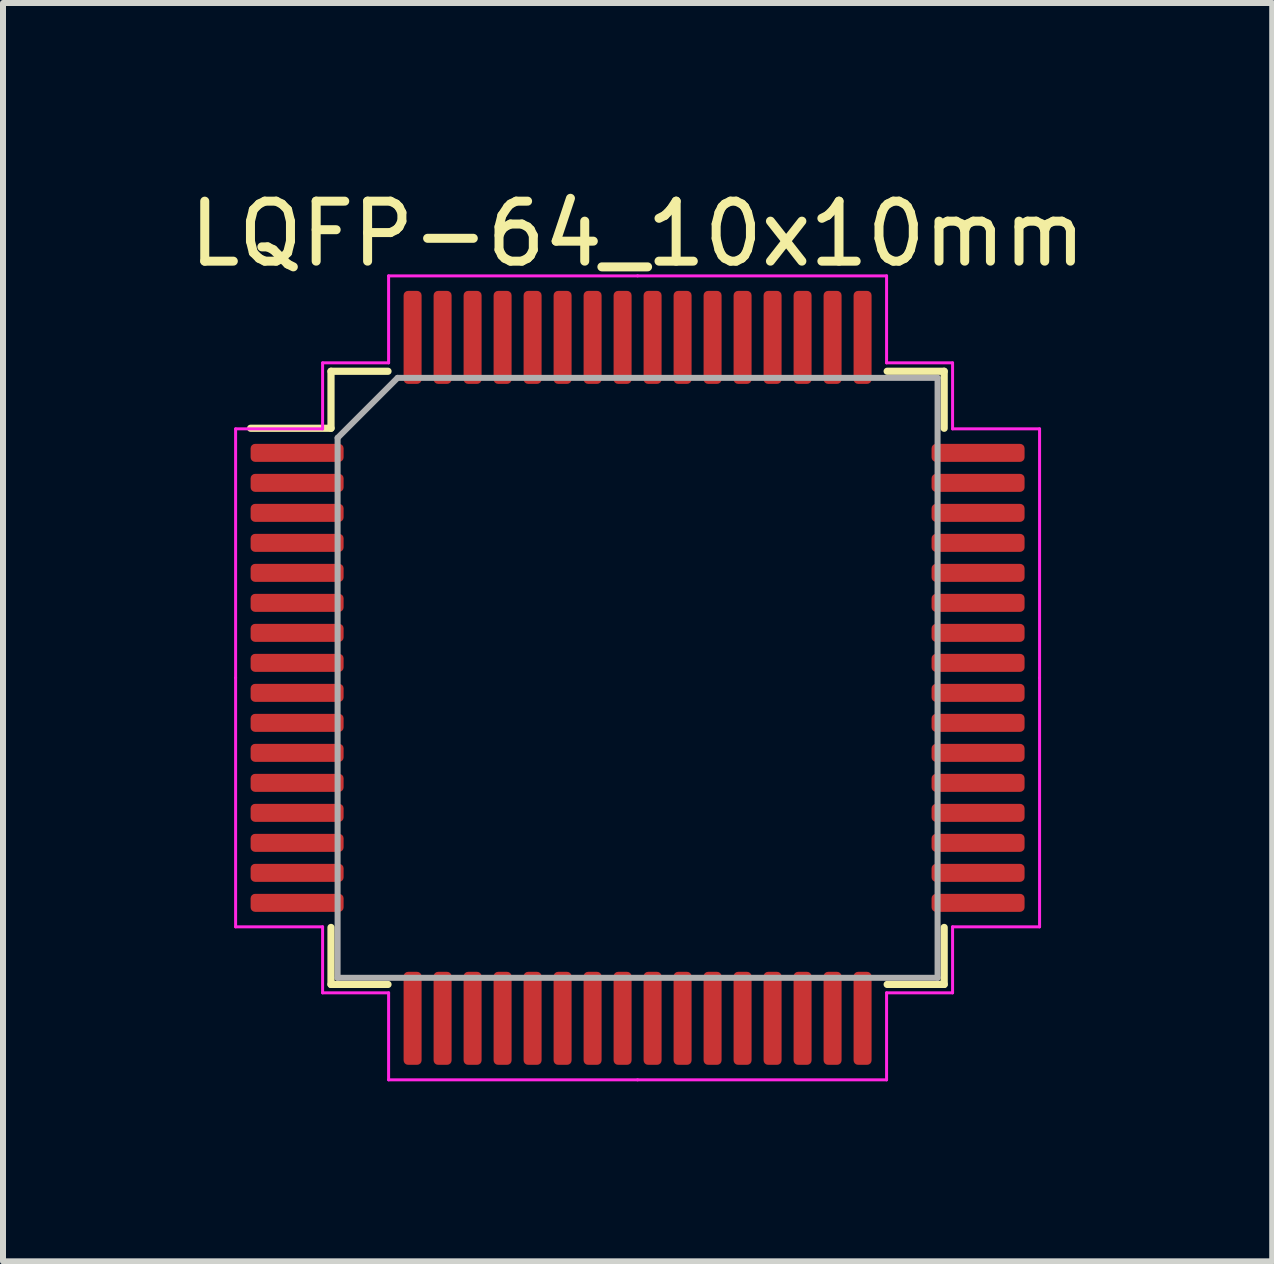
<source format=kicad_pcb>
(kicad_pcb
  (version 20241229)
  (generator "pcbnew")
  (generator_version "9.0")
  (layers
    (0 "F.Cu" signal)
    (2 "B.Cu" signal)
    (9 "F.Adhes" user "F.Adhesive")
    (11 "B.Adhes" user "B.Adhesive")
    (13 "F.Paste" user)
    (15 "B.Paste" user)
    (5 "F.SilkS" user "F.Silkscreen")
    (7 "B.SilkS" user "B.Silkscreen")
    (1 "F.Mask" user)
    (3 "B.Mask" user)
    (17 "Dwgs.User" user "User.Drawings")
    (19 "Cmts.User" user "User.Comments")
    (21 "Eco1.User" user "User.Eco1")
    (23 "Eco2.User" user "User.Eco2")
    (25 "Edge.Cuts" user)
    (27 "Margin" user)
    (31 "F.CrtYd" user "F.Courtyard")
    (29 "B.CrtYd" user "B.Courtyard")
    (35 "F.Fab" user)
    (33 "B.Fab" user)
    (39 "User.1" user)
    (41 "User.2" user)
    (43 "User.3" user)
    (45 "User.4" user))
  (footprint "LQFP-64_10x10mm"
    (layer "F.Cu")
    (at 7.577 8.248)
    (property "Reference" "LQFP-64_10x10mm" (at 0 -7.4 0) (layer "F.SilkS") (effects (font (size 1 1) (thickness 0.15))))
    (attr smd)
    (fp_line (start -5.11 -5.11) (end -5.11 -4.16) (stroke (width 0.12) (type solid)) (layer "F.SilkS"))
    (fp_line (start -5.11 -4.16) (end -6.45 -4.16) (stroke (width 0.12) (type solid)) (layer "F.SilkS"))
    (fp_line (start -5.11 5.11) (end -5.11 4.16) (stroke (width 0.12) (type solid)) (layer "F.SilkS"))
    (fp_line (start -4.16 -5.11) (end -5.11 -5.11) (stroke (width 0.12) (type solid)) (layer "F.SilkS"))
    (fp_line (start -4.16 5.11) (end -5.11 5.11) (stroke (width 0.12) (type solid)) (layer "F.SilkS"))
    (fp_line (start 4.16 -5.11) (end 5.11 -5.11) (stroke (width 0.12) (type solid)) (layer "F.SilkS"))
    (fp_line (start 4.16 5.11) (end 5.11 5.11) (stroke (width 0.12) (type solid)) (layer "F.SilkS"))
    (fp_line (start 5.11 -5.11) (end 5.11 -4.16) (stroke (width 0.12) (type solid)) (layer "F.SilkS"))
    (fp_line (start 5.11 5.11) (end 5.11 4.16) (stroke (width 0.12) (type solid)) (layer "F.SilkS"))
    (fp_line (start -6.7 -4.15) (end -6.7 0) (stroke (width 0.05) (type solid)) (layer "F.CrtYd"))
    (fp_line (start -6.7 4.15) (end -6.7 0) (stroke (width 0.05) (type solid)) (layer "F.CrtYd"))
    (fp_line (start -5.25 -5.25) (end -5.25 -4.15) (stroke (width 0.05) (type solid)) (layer "F.CrtYd"))
    (fp_line (start -5.25 -4.15) (end -6.7 -4.15) (stroke (width 0.05) (type solid)) (layer "F.CrtYd"))
    (fp_line (start -5.25 4.15) (end -6.7 4.15) (stroke (width 0.05) (type solid)) (layer "F.CrtYd"))
    (fp_line (start -5.25 5.25) (end -5.25 4.15) (stroke (width 0.05) (type solid)) (layer "F.CrtYd"))
    (fp_line (start -4.15 -6.7) (end -4.15 -5.25) (stroke (width 0.05) (type solid)) (layer "F.CrtYd"))
    (fp_line (start -4.15 -5.25) (end -5.25 -5.25) (stroke (width 0.05) (type solid)) (layer "F.CrtYd"))
    (fp_line (start -4.15 5.25) (end -5.25 5.25) (stroke (width 0.05) (type solid)) (layer "F.CrtYd"))
    (fp_line (start -4.15 6.7) (end -4.15 5.25) (stroke (width 0.05) (type solid)) (layer "F.CrtYd"))
    (fp_line (start 0 -6.7) (end -4.15 -6.7) (stroke (width 0.05) (type solid)) (layer "F.CrtYd"))
    (fp_line (start 0 -6.7) (end 4.15 -6.7) (stroke (width 0.05) (type solid)) (layer "F.CrtYd"))
    (fp_line (start 0 6.7) (end -4.15 6.7) (stroke (width 0.05) (type solid)) (layer "F.CrtYd"))
    (fp_line (start 0 6.7) (end 4.15 6.7) (stroke (width 0.05) (type solid)) (layer "F.CrtYd"))
    (fp_line (start 4.15 -6.7) (end 4.15 -5.25) (stroke (width 0.05) (type solid)) (layer "F.CrtYd"))
    (fp_line (start 4.15 -5.25) (end 5.25 -5.25) (stroke (width 0.05) (type solid)) (layer "F.CrtYd"))
    (fp_line (start 4.15 5.25) (end 5.25 5.25) (stroke (width 0.05) (type solid)) (layer "F.CrtYd"))
    (fp_line (start 4.15 6.7) (end 4.15 5.25) (stroke (width 0.05) (type solid)) (layer "F.CrtYd"))
    (fp_line (start 5.25 -5.25) (end 5.25 -4.15) (stroke (width 0.05) (type solid)) (layer "F.CrtYd"))
    (fp_line (start 5.25 -4.15) (end 6.7 -4.15) (stroke (width 0.05) (type solid)) (layer "F.CrtYd"))
    (fp_line (start 5.25 4.15) (end 6.7 4.15) (stroke (width 0.05) (type solid)) (layer "F.CrtYd"))
    (fp_line (start 5.25 5.25) (end 5.25 4.15) (stroke (width 0.05) (type solid)) (layer "F.CrtYd"))
    (fp_line (start 6.7 -4.15) (end 6.7 0) (stroke (width 0.05) (type solid)) (layer "F.CrtYd"))
    (fp_line (start 6.7 4.15) (end 6.7 0) (stroke (width 0.05) (type solid)) (layer "F.CrtYd"))
    (fp_line (start -5 -4) (end -4 -5) (stroke (width 0.1) (type solid)) (layer "F.Fab"))
    (fp_line (start -5 5) (end -5 -4) (stroke (width 0.1) (type solid)) (layer "F.Fab"))
    (fp_line (start -4 -5) (end 5 -5) (stroke (width 0.1) (type solid)) (layer "F.Fab"))
    (fp_line (start 5 -5) (end 5 5) (stroke (width 0.1) (type solid)) (layer "F.Fab"))
    (fp_line (start 5 5) (end -5 5) (stroke (width 0.1) (type solid)) (layer "F.Fab"))
    (pad "1" smd roundrect (at -5.675 -3.75) (size 1.55 0.3) (layers "F.Cu" "F.Mask" "F.Paste") (roundrect_rratio 0.25))
    (pad "2" smd roundrect (at -5.675 -3.25) (size 1.55 0.3) (layers "F.Cu" "F.Mask" "F.Paste") (roundrect_rratio 0.25))
    (pad "3" smd roundrect (at -5.675 -2.75) (size 1.55 0.3) (layers "F.Cu" "F.Mask" "F.Paste") (roundrect_rratio 0.25))
    (pad "4" smd roundrect (at -5.675 -2.25) (size 1.55 0.3) (layers "F.Cu" "F.Mask" "F.Paste") (roundrect_rratio 0.25))
    (pad "5" smd roundrect (at -5.675 -1.75) (size 1.55 0.3) (layers "F.Cu" "F.Mask" "F.Paste") (roundrect_rratio 0.25))
    (pad "6" smd roundrect (at -5.675 -1.25) (size 1.55 0.3) (layers "F.Cu" "F.Mask" "F.Paste") (roundrect_rratio 0.25))
    (pad "7" smd roundrect (at -5.675 -0.75) (size 1.55 0.3) (layers "F.Cu" "F.Mask" "F.Paste") (roundrect_rratio 0.25))
    (pad "8" smd roundrect (at -5.675 -0.25) (size 1.55 0.3) (layers "F.Cu" "F.Mask" "F.Paste") (roundrect_rratio 0.25))
    (pad "9" smd roundrect (at -5.675 0.25) (size 1.55 0.3) (layers "F.Cu" "F.Mask" "F.Paste") (roundrect_rratio 0.25))
    (pad "10" smd roundrect (at -5.675 0.75) (size 1.55 0.3) (layers "F.Cu" "F.Mask" "F.Paste") (roundrect_rratio 0.25))
    (pad "11" smd roundrect (at -5.675 1.25) (size 1.55 0.3) (layers "F.Cu" "F.Mask" "F.Paste") (roundrect_rratio 0.25))
    (pad "12" smd roundrect (at -5.675 1.75) (size 1.55 0.3) (layers "F.Cu" "F.Mask" "F.Paste") (roundrect_rratio 0.25))
    (pad "13" smd roundrect (at -5.675 2.25) (size 1.55 0.3) (layers "F.Cu" "F.Mask" "F.Paste") (roundrect_rratio 0.25))
    (pad "14" smd roundrect (at -5.675 2.75) (size 1.55 0.3) (layers "F.Cu" "F.Mask" "F.Paste") (roundrect_rratio 0.25))
    (pad "15" smd roundrect (at -5.675 3.25) (size 1.55 0.3) (layers "F.Cu" "F.Mask" "F.Paste") (roundrect_rratio 0.25))
    (pad "16" smd roundrect (at -5.675 3.75) (size 1.55 0.3) (layers "F.Cu" "F.Mask" "F.Paste") (roundrect_rratio 0.25))
    (pad "17" smd roundrect (at -3.75 5.675) (size 0.3 1.55) (layers "F.Cu" "F.Mask" "F.Paste") (roundrect_rratio 0.25))
    (pad "18" smd roundrect (at -3.25 5.675) (size 0.3 1.55) (layers "F.Cu" "F.Mask" "F.Paste") (roundrect_rratio 0.25))
    (pad "19" smd roundrect (at -2.75 5.675) (size 0.3 1.55) (layers "F.Cu" "F.Mask" "F.Paste") (roundrect_rratio 0.25))
    (pad "20" smd roundrect (at -2.25 5.675) (size 0.3 1.55) (layers "F.Cu" "F.Mask" "F.Paste") (roundrect_rratio 0.25))
    (pad "21" smd roundrect (at -1.75 5.675) (size 0.3 1.55) (layers "F.Cu" "F.Mask" "F.Paste") (roundrect_rratio 0.25))
    (pad "22" smd roundrect (at -1.25 5.675) (size 0.3 1.55) (layers "F.Cu" "F.Mask" "F.Paste") (roundrect_rratio 0.25))
    (pad "23" smd roundrect (at -0.75 5.675) (size 0.3 1.55) (layers "F.Cu" "F.Mask" "F.Paste") (roundrect_rratio 0.25))
    (pad "24" smd roundrect (at -0.25 5.675) (size 0.3 1.55) (layers "F.Cu" "F.Mask" "F.Paste") (roundrect_rratio 0.25))
    (pad "25" smd roundrect (at 0.25 5.675) (size 0.3 1.55) (layers "F.Cu" "F.Mask" "F.Paste") (roundrect_rratio 0.25))
    (pad "26" smd roundrect (at 0.75 5.675) (size 0.3 1.55) (layers "F.Cu" "F.Mask" "F.Paste") (roundrect_rratio 0.25))
    (pad "27" smd roundrect (at 1.25 5.675) (size 0.3 1.55) (layers "F.Cu" "F.Mask" "F.Paste") (roundrect_rratio 0.25))
    (pad "28" smd roundrect (at 1.75 5.675) (size 0.3 1.55) (layers "F.Cu" "F.Mask" "F.Paste") (roundrect_rratio 0.25))
    (pad "29" smd roundrect (at 2.25 5.675) (size 0.3 1.55) (layers "F.Cu" "F.Mask" "F.Paste") (roundrect_rratio 0.25))
    (pad "30" smd roundrect (at 2.75 5.675) (size 0.3 1.55) (layers "F.Cu" "F.Mask" "F.Paste") (roundrect_rratio 0.25))
    (pad "31" smd roundrect (at 3.25 5.675) (size 0.3 1.55) (layers "F.Cu" "F.Mask" "F.Paste") (roundrect_rratio 0.25))
    (pad "32" smd roundrect (at 3.75 5.675) (size 0.3 1.55) (layers "F.Cu" "F.Mask" "F.Paste") (roundrect_rratio 0.25))
    (pad "33" smd roundrect (at 5.675 3.75) (size 1.55 0.3) (layers "F.Cu" "F.Mask" "F.Paste") (roundrect_rratio 0.25))
    (pad "34" smd roundrect (at 5.675 3.25) (size 1.55 0.3) (layers "F.Cu" "F.Mask" "F.Paste") (roundrect_rratio 0.25))
    (pad "35" smd roundrect (at 5.675 2.75) (size 1.55 0.3) (layers "F.Cu" "F.Mask" "F.Paste") (roundrect_rratio 0.25))
    (pad "36" smd roundrect (at 5.675 2.25) (size 1.55 0.3) (layers "F.Cu" "F.Mask" "F.Paste") (roundrect_rratio 0.25))
    (pad "37" smd roundrect (at 5.675 1.75) (size 1.55 0.3) (layers "F.Cu" "F.Mask" "F.Paste") (roundrect_rratio 0.25))
    (pad "38" smd roundrect (at 5.675 1.25) (size 1.55 0.3) (layers "F.Cu" "F.Mask" "F.Paste") (roundrect_rratio 0.25))
    (pad "39" smd roundrect (at 5.675 0.75) (size 1.55 0.3) (layers "F.Cu" "F.Mask" "F.Paste") (roundrect_rratio 0.25))
    (pad "40" smd roundrect (at 5.675 0.25) (size 1.55 0.3) (layers "F.Cu" "F.Mask" "F.Paste") (roundrect_rratio 0.25))
    (pad "41" smd roundrect (at 5.675 -0.25) (size 1.55 0.3) (layers "F.Cu" "F.Mask" "F.Paste") (roundrect_rratio 0.25))
    (pad "42" smd roundrect (at 5.675 -0.75) (size 1.55 0.3) (layers "F.Cu" "F.Mask" "F.Paste") (roundrect_rratio 0.25))
    (pad "43" smd roundrect (at 5.675 -1.25) (size 1.55 0.3) (layers "F.Cu" "F.Mask" "F.Paste") (roundrect_rratio 0.25))
    (pad "44" smd roundrect (at 5.675 -1.75) (size 1.55 0.3) (layers "F.Cu" "F.Mask" "F.Paste") (roundrect_rratio 0.25))
    (pad "45" smd roundrect (at 5.675 -2.25) (size 1.55 0.3) (layers "F.Cu" "F.Mask" "F.Paste") (roundrect_rratio 0.25))
    (pad "46" smd roundrect (at 5.675 -2.75) (size 1.55 0.3) (layers "F.Cu" "F.Mask" "F.Paste") (roundrect_rratio 0.25))
    (pad "47" smd roundrect (at 5.675 -3.25) (size 1.55 0.3) (layers "F.Cu" "F.Mask" "F.Paste") (roundrect_rratio 0.25))
    (pad "48" smd roundrect (at 5.675 -3.75) (size 1.55 0.3) (layers "F.Cu" "F.Mask" "F.Paste") (roundrect_rratio 0.25))
    (pad "49" smd roundrect (at 3.75 -5.675) (size 0.3 1.55) (layers "F.Cu" "F.Mask" "F.Paste") (roundrect_rratio 0.25))
    (pad "50" smd roundrect (at 3.25 -5.675) (size 0.3 1.55) (layers "F.Cu" "F.Mask" "F.Paste") (roundrect_rratio 0.25))
    (pad "51" smd roundrect (at 2.75 -5.675) (size 0.3 1.55) (layers "F.Cu" "F.Mask" "F.Paste") (roundrect_rratio 0.25))
    (pad "52" smd roundrect (at 2.25 -5.675) (size 0.3 1.55) (layers "F.Cu" "F.Mask" "F.Paste") (roundrect_rratio 0.25))
    (pad "53" smd roundrect (at 1.75 -5.675) (size 0.3 1.55) (layers "F.Cu" "F.Mask" "F.Paste") (roundrect_rratio 0.25))
    (pad "54" smd roundrect (at 1.25 -5.675) (size 0.3 1.55) (layers "F.Cu" "F.Mask" "F.Paste") (roundrect_rratio 0.25))
    (pad "55" smd roundrect (at 0.75 -5.675) (size 0.3 1.55) (layers "F.Cu" "F.Mask" "F.Paste") (roundrect_rratio 0.25))
    (pad "56" smd roundrect (at 0.25 -5.675) (size 0.3 1.55) (layers "F.Cu" "F.Mask" "F.Paste") (roundrect_rratio 0.25))
    (pad "57" smd roundrect (at -0.25 -5.675) (size 0.3 1.55) (layers "F.Cu" "F.Mask" "F.Paste") (roundrect_rratio 0.25))
    (pad "58" smd roundrect (at -0.75 -5.675) (size 0.3 1.55) (layers "F.Cu" "F.Mask" "F.Paste") (roundrect_rratio 0.25))
    (pad "59" smd roundrect (at -1.25 -5.675) (size 0.3 1.55) (layers "F.Cu" "F.Mask" "F.Paste") (roundrect_rratio 0.25))
    (pad "60" smd roundrect (at -1.75 -5.675) (size 0.3 1.55) (layers "F.Cu" "F.Mask" "F.Paste") (roundrect_rratio 0.25))
    (pad "61" smd roundrect (at -2.25 -5.675) (size 0.3 1.55) (layers "F.Cu" "F.Mask" "F.Paste") (roundrect_rratio 0.25))
    (pad "62" smd roundrect (at -2.75 -5.675) (size 0.3 1.55) (layers "F.Cu" "F.Mask" "F.Paste") (roundrect_rratio 0.25))
    (pad "63" smd roundrect (at -3.25 -5.675) (size 0.3 1.55) (layers "F.Cu" "F.Mask" "F.Paste") (roundrect_rratio 0.25))
    (pad "64" smd roundrect (at -3.75 -5.675) (size 0.3 1.55) (layers "F.Cu" "F.Mask" "F.Paste") (roundrect_rratio 0.25)))
  (gr_rect
    (start -3 -3)
    (end 18.155 17.973)
    (stroke (width 0.1) (type default))
    (fill no)
    (layer "Edge.Cuts")))
</source>
